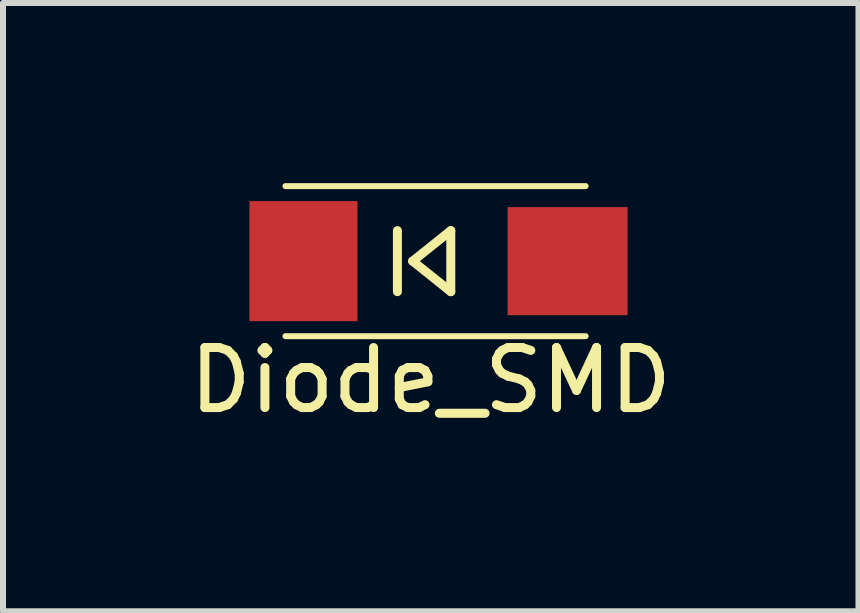
<source format=kicad_pcb>
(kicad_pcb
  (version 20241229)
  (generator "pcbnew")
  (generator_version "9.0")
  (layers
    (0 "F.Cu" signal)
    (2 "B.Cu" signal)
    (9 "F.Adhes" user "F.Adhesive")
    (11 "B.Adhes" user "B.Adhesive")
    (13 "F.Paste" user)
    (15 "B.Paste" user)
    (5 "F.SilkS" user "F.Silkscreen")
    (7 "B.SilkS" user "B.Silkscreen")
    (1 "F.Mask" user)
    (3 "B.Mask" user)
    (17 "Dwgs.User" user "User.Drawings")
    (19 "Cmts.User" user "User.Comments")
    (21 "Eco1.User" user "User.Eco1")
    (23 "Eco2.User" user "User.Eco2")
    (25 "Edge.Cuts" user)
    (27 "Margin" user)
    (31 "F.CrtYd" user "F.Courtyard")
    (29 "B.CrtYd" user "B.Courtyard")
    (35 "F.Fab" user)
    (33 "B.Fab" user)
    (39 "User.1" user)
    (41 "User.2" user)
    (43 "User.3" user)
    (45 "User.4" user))
  (footprint "Diode_SMD"
    (layer "F.Cu")
    (at 4.205 1.3)
    (property "Reference" "Diode_SMD" (at -0.08 1.984 0) (layer "F.SilkS") (effects (font (size 1 1) (thickness 0.15))))
    (attr through_hole)
    (fp_line (start -2.5 -1.25) (end 2.5 -1.25) (stroke (width 0.1) (type solid)) (layer "F.SilkS"))
    (fp_line (start -2.5 1.25) (end 2.5 1.25) (stroke (width 0.1) (type solid)) (layer "F.SilkS"))
    (fp_line (start -0.635 -0.508) (end -0.635 0.508) (stroke (width 0.15) (type solid)) (layer "F.SilkS"))
    (fp_line (start -0.381 0) (end 0.254 -0.508) (stroke (width 0.15) (type solid)) (layer "F.SilkS"))
    (fp_line (start 0.254 -0.508) (end 0.254 0.508) (stroke (width 0.15) (type solid)) (layer "F.SilkS"))
    (fp_line (start 0.254 0.508) (end -0.381 0) (stroke (width 0.15) (type solid)) (layer "F.SilkS"))
    (pad "1" smd rect (at -2.2 0) (size 1.8 2) (layers "F.Cu" "F.Mask" "F.Paste"))
    (pad "2" smd rect (at 2.2 0) (size 2 1.8) (layers "F.Cu" "F.Mask" "F.Paste")))
  (gr_rect
    (start -3 -3)
    (end 11.25 7.132)
    (stroke (width 0.1) (type default))
    (fill no)
    (layer "Edge.Cuts")))
</source>
